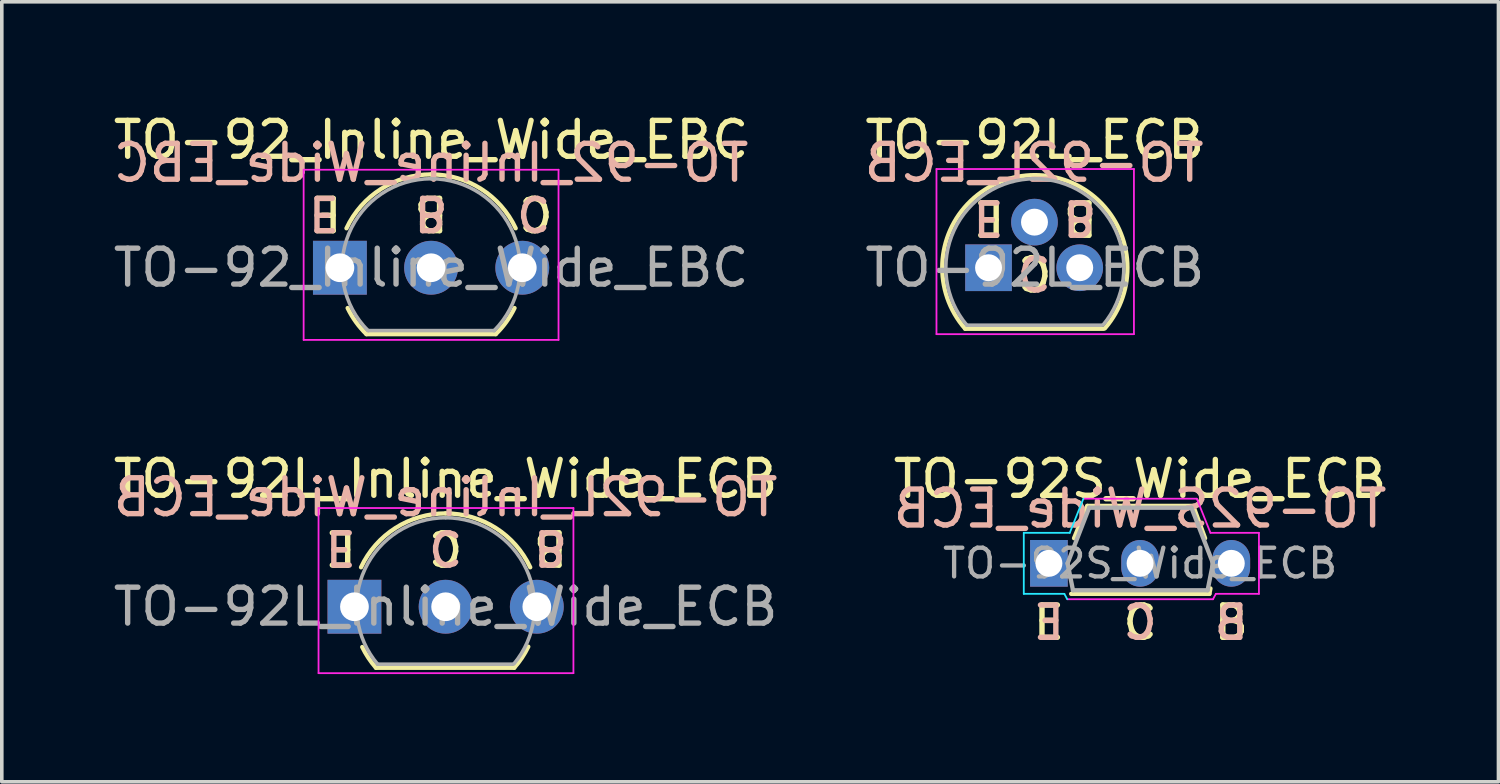
<source format=kicad_pcb>
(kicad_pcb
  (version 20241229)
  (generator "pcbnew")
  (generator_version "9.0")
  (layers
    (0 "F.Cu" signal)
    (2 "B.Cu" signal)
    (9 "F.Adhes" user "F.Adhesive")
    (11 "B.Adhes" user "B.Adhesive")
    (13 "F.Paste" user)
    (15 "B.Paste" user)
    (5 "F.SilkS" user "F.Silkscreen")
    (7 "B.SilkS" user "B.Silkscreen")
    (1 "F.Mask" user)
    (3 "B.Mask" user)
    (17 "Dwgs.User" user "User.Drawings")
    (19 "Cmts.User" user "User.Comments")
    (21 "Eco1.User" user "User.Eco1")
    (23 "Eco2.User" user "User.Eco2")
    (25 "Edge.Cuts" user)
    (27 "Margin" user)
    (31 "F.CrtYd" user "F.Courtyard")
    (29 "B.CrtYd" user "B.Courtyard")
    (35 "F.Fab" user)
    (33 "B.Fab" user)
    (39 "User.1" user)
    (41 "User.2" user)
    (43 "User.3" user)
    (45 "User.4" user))
  (footprint "TO-92L_Inline_Wide_ECB"
    (layer "F.Cu")
    (at 6.823 13.851)
    (property "Reference" "TO-92L_Inline_Wide_ECB" (at 2.54 -3.56 0) (layer "F.SilkS") (effects (font (size 1 1) (thickness 0.15))))
    (fp_line (start 0.6 1.7) (end 4.45 1.7) (stroke (width 0.12) (type solid)) (layer "F.SilkS"))
    (fp_arc (start 0.1836 -1.098807) (mid 1.143021 -2.192817) (end 2.54 -2.6) (stroke (width 0.12) (type solid)) (layer "F.SilkS"))
    (fp_arc (start 0.6 1.7) (mid 0.389183 1.423933) (end 0.217369 1.122045) (stroke (width 0.12) (type solid)) (layer "F.SilkS"))
    (fp_arc (start 2.54 -2.6) (mid 3.936979 -2.192818) (end 4.8964 -1.098807) (stroke (width 0.12) (type solid)) (layer "F.SilkS"))
    (fp_arc (start 4.842383 1.112264) (mid 4.666594 1.419753) (end 4.45 1.7) (stroke (width 0.12) (type solid)) (layer "F.SilkS"))
    (fp_line (start -1 -2.75) (end -1 1.85) (stroke (width 0.05) (type solid)) (layer "F.CrtYd"))
    (fp_line (start -1 -2.75) (end 6.1 -2.75) (stroke (width 0.05) (type solid)) (layer "F.CrtYd"))
    (fp_line (start 6.1 1.85) (end -1 1.85) (stroke (width 0.05) (type solid)) (layer "F.CrtYd"))
    (fp_line (start 6.1 1.85) (end 6.1 -2.75) (stroke (width 0.05) (type solid)) (layer "F.CrtYd"))
    (fp_line (start 0.65 1.6) (end 4.4 1.6) (stroke (width 0.1) (type solid)) (layer "F.Fab"))
    (fp_arc (start 0.647182 1.602385) (mid 0.290076 -1.043188) (end 2.54 -2.48) (stroke (width 0.1) (type solid)) (layer "F.Fab"))
    (fp_arc (start 2.54 -2.48) (mid 4.787211 -1.049019) (end 4.441103 1.592547) (stroke (width 0.1) (type solid)) (layer "F.Fab"))
    (fp_text user "B" (at 5.461 -1.651 180) (unlocked yes) (layer "F.SilkS") (effects (font (size 0.9 0.9) (thickness 0.15))))
    (fp_text user "E" (at -0.381 -1.651 180) (unlocked yes) (layer "F.SilkS") (effects (font (size 0.9 0.9) (thickness 0.15))))
    (fp_text user "C" (at 2.54 -1.651 180) (unlocked yes) (layer "F.SilkS") (effects (font (size 0.9 0.9) (thickness 0.15))))
    (fp_text user "${REFERENCE}" (at 2.54 -3.048 0) (layer "B.SilkS") (effects (font (size 1 1) (thickness 0.15)) (justify mirror)))
    (fp_text user "C" (at 2.54 -1.651 180) (unlocked yes) (layer "B.SilkS") (effects (font (size 0.9 0.9) (thickness 0.15)) (justify mirror)))
    (fp_text user "B" (at 5.461 -1.651 180) (unlocked yes) (layer "B.SilkS") (effects (font (size 0.9 0.9) (thickness 0.15)) (justify mirror)))
    (fp_text user "E" (at -0.381 -1.651 180) (unlocked yes) (layer "B.SilkS") (effects (font (size 0.9 0.9) (thickness 0.15)) (justify mirror)))
    (fp_text user "${REFERENCE}" (at 2.54 0 0) (layer "F.Fab") (effects (font (size 1 1) (thickness 0.15))))
    (pad "1" thru_hole rect (at 0 0 90) (size 1.5 1.5) (drill 0.8) (layers "*.Cu" "*.Mask"))
    (pad "2" thru_hole circle (at 2.54 0 90) (size 1.5 1.5) (drill 0.8) (layers "*.Cu" "*.Mask"))
    (pad "3" thru_hole circle (at 5.08 0 90) (size 1.5 1.5) (drill 0.8) (layers "*.Cu" "*.Mask")))
  (footprint "TO-92S_Wide_ECB"
    (layer "F.Cu")
    (at 26.168 12.642)
    (property "Reference" "TO-92S_Wide_ECB" (at 2.54 -2.35 0) (layer "F.SilkS") (effects (font (size 1 1) (thickness 0.15))))
    (fp_line (start 0.62 0.85) (end 4.47 0.85) (stroke (width 0.12) (type solid)) (layer "F.SilkS"))
    (fp_line (start 1.07 -1.6) (end 0.7 -0.7) (stroke (width 0.12) (type solid)) (layer "F.SilkS"))
    (fp_line (start 4.02 -1.6) (end 1.07 -1.6) (stroke (width 0.12) (type solid)) (layer "F.SilkS"))
    (fp_line (start 4.35 -0.7) (end 4.02 -1.6) (stroke (width 0.12) (type solid)) (layer "F.SilkS"))
    (fp_line (start 4.47 0.85) (end 4.5 0.7) (stroke (width 0.12) (type solid)) (layer "F.SilkS"))
    (fp_line (start -0.7 -0.85) (end -0.7 0.85) (stroke (width 0.05) (type solid)) (layer "B.CrtYd"))
    (fp_line (start -0.7 0.85) (end 0.43 0.85) (stroke (width 0.05) (type solid)) (layer "B.CrtYd"))
    (fp_line (start 0.51 1) (end 0.43 0.85) (stroke (width 0.05) (type solid)) (layer "B.CrtYd"))
    (fp_line (start 0.58 -0.85) (end -0.7 -0.85) (stroke (width 0.05) (type solid)) (layer "B.CrtYd"))
    (fp_line (start 0.58 -0.85) (end 0.96 -1.8) (stroke (width 0.05) (type solid)) (layer "B.CrtYd"))
    (fp_line (start 0.52 1) (end 4.57 1) (stroke (width 0.05) (type solid)) (layer "F.CrtYd"))
    (fp_line (start 4.12 -1.8) (end 0.97 -1.8) (stroke (width 0.05) (type solid)) (layer "F.CrtYd"))
    (fp_line (start 4.5 -0.85) (end 4.12 -1.8) (stroke (width 0.05) (type solid)) (layer "F.CrtYd"))
    (fp_line (start 4.5 -0.85) (end 5.85 -0.85) (stroke (width 0.05) (type solid)) (layer "F.CrtYd"))
    (fp_line (start 4.57 1) (end 4.65 0.85) (stroke (width 0.05) (type solid)) (layer "F.CrtYd"))
    (fp_line (start 5.85 -0.85) (end 5.85 0.85) (stroke (width 0.05) (type solid)) (layer "F.CrtYd"))
    (fp_line (start 5.85 0.85) (end 4.65 0.85) (stroke (width 0.05) (type solid)) (layer "F.CrtYd"))
    (fp_line (start 0.52 0) (end 1.12 -1.55) (stroke (width 0.12) (type solid)) (layer "F.Fab"))
    (fp_line (start 0.67 0.75) (end 0.52 0) (stroke (width 0.12) (type solid)) (layer "F.Fab"))
    (fp_line (start 0.67 0.75) (end 4.42 0.75) (stroke (width 0.12) (type solid)) (layer "F.Fab"))
    (fp_line (start 1.12 -1.55) (end 3.97 -1.55) (stroke (width 0.12) (type solid)) (layer "F.Fab"))
    (fp_line (start 4.42 0.75) (end 4.57 0) (stroke (width 0.12) (type solid)) (layer "F.Fab"))
    (fp_line (start 4.57 0) (end 3.97 -1.55) (stroke (width 0.12) (type solid)) (layer "F.Fab"))
    (fp_text user "B" (at 5.08 1.651 0) (unlocked yes) (layer "F.SilkS") (effects (font (size 0.9 0.9) (thickness 0.15))))
    (fp_text user "C" (at 2.54 1.651 0) (unlocked yes) (layer "F.SilkS") (effects (font (size 0.9 0.9) (thickness 0.15))))
    (fp_text user "E" (at 0 1.651 0) (unlocked yes) (layer "F.SilkS") (effects (font (size 0.9 0.9) (thickness 0.15))))
    (fp_text user "${REFERENCE}" (at 2.54 -1.524 0) (layer "B.SilkS") (effects (font (size 1 1) (thickness 0.15)) (justify mirror)))
    (fp_text user "E" (at 0 1.651 0) (unlocked yes) (layer "B.SilkS") (effects (font (size 0.9 0.9) (thickness 0.15)) (justify mirror)))
    (fp_text user "B" (at 5.08 1.651 0) (unlocked yes) (layer "B.SilkS") (effects (font (size 0.9 0.9) (thickness 0.15)) (justify mirror)))
    (fp_text user "C" (at 2.54 1.651 0) (unlocked yes) (layer "B.SilkS") (effects (font (size 0.9 0.9) (thickness 0.15)) (justify mirror)))
    (fp_text user "${REFERENCE}" (at 2.54 0 0) (layer "F.Fab") (effects (font (size 0.8 0.8) (thickness 0.12))))
    (pad "1" thru_hole rect (at 0 0 180) (size 1.05 1.3) (drill 0.75) (layers "*.Cu" "*.Mask"))
    (pad "2" thru_hole oval (at 2.54 0 180) (size 1.05 1.3) (drill 0.75) (layers "*.Cu" "*.Mask"))
    (pad "3" thru_hole oval (at 5.08 0 180) (size 1.05 1.3) (drill 0.75) (layers "*.Cu" "*.Mask")))
  (footprint "TO-92_Inline_Wide_EBC"
    (layer "F.Cu")
    (at 6.418 4.408)
    (property "Reference" "TO-92_Inline_Wide_EBC" (at 2.54 -3.56 0) (layer "F.SilkS") (effects (font (size 1 1) (thickness 0.15))))
    (fp_line (start 0.74 1.85) (end 4.34 1.85) (stroke (width 0.12) (type solid)) (layer "F.SilkS"))
    (fp_arc (start 0.1836 -1.098807) (mid 1.143021 -2.192817) (end 2.54 -2.6) (stroke (width 0.12) (type solid)) (layer "F.SilkS"))
    (fp_arc (start 0.74 1.85) (mid 0.446097 1.509328) (end 0.215816 1.122795) (stroke (width 0.12) (type solid)) (layer "F.SilkS"))
    (fp_arc (start 2.54 -2.6) (mid 3.936979 -2.192818) (end 4.8964 -1.098807) (stroke (width 0.12) (type solid)) (layer "F.SilkS"))
    (fp_arc (start 4.864184 1.122795) (mid 4.633903 1.509328) (end 4.34 1.85) (stroke (width 0.12) (type solid)) (layer "F.SilkS"))
    (fp_line (start -1.01 -2.73) (end -1.01 2.01) (stroke (width 0.05) (type solid)) (layer "F.CrtYd"))
    (fp_line (start -1.01 -2.73) (end 6.09 -2.73) (stroke (width 0.05) (type solid)) (layer "F.CrtYd"))
    (fp_line (start 6.09 2.01) (end -1.01 2.01) (stroke (width 0.05) (type solid)) (layer "F.CrtYd"))
    (fp_line (start 6.09 2.01) (end 6.09 -2.73) (stroke (width 0.05) (type solid)) (layer "F.CrtYd"))
    (fp_line (start 0.8 1.75) (end 4.3 1.75) (stroke (width 0.1) (type solid)) (layer "F.Fab"))
    (fp_arc (start 0.786375 1.753625) (mid 0.248779 -0.949055) (end 2.54 -2.48) (stroke (width 0.1) (type solid)) (layer "F.Fab"))
    (fp_arc (start 2.54 -2.48) (mid 4.831221 -0.949055) (end 4.293625 1.753625) (stroke (width 0.1) (type solid)) (layer "F.Fab"))
    (fp_text user "C" (at 5.461 -1.524 180) (unlocked yes) (layer "F.SilkS") (effects (font (size 0.9 0.9) (thickness 0.15))))
    (fp_text user "B" (at 2.54 -1.524 180) (unlocked yes) (layer "F.SilkS") (effects (font (size 0.9 0.9) (thickness 0.15))))
    (fp_text user "E" (at -0.381 -1.524 180) (unlocked yes) (layer "F.SilkS") (effects (font (size 0.9 0.9) (thickness 0.15))))
    (fp_text user "C" (at 5.397 -1.524 180) (unlocked yes) (layer "B.SilkS") (effects (font (size 0.9 0.9) (thickness 0.15)) (justify mirror)))
    (fp_text user "B" (at 2.54 -1.524 180) (unlocked yes) (layer "B.SilkS") (effects (font (size 0.9 0.9) (thickness 0.15)) (justify mirror)))
    (fp_text user "${REFERENCE}" (at 2.54 -2.921 0) (layer "B.SilkS") (effects (font (size 1 1) (thickness 0.15)) (justify mirror)))
    (fp_text user "E" (at -0.445 -1.524 180) (unlocked yes) (layer "B.SilkS") (effects (font (size 0.9 0.9) (thickness 0.15)) (justify mirror)))
    (fp_text user "${REFERENCE}" (at 2.54 0 0) (layer "F.Fab") (effects (font (size 1 1) (thickness 0.15))))
    (pad "1" thru_hole rect (at 0 0 90) (size 1.5 1.5) (drill 0.8) (layers "*.Cu" "*.Mask"))
    (pad "2" thru_hole circle (at 2.54 0 90) (size 1.5 1.5) (drill 0.8) (layers "*.Cu" "*.Mask"))
    (pad "3" thru_hole circle (at 5.08 0 90) (size 1.5 1.5) (drill 0.8) (layers "*.Cu" "*.Mask")))
  (footprint "TO-92L_ECB"
    (layer "F.Cu")
    (at 24.486 4.408)
    (property "Reference" "TO-92L_ECB" (at 1.29 -3.56 0) (layer "F.SilkS") (effects (font (size 1 1) (thickness 0.15))))
    (fp_line (start -0.65 1.7) (end 3.2 1.7) (stroke (width 0.12) (type solid)) (layer "F.SilkS"))
    (fp_arc (start -0.65 1.7) (mid 1.283448 -2.579449) (end 3.238611 1.690122) (stroke (width 0.12) (type solid)) (layer "F.SilkS"))
    (fp_line (start -1.45 -2.75) (end -1.45 1.85) (stroke (width 0.05) (type solid)) (layer "F.CrtYd"))
    (fp_line (start -1.45 -2.75) (end 4.05 -2.75) (stroke (width 0.05) (type solid)) (layer "F.CrtYd"))
    (fp_line (start 4.05 1.85) (end -1.45 1.85) (stroke (width 0.05) (type solid)) (layer "F.CrtYd"))
    (fp_line (start 4.05 1.85) (end 4.05 -2.75) (stroke (width 0.05) (type solid)) (layer "F.CrtYd"))
    (fp_line (start -0.6 1.6) (end 3.15 1.6) (stroke (width 0.1) (type solid)) (layer "F.Fab"))
    (fp_arc (start -0.602818 1.602385) (mid -0.959924 -1.043188) (end 1.29 -2.48) (stroke (width 0.1) (type solid)) (layer "F.Fab"))
    (fp_arc (start 1.29 -2.48) (mid 3.537211 -1.049019) (end 3.191103 1.592547) (stroke (width 0.1) (type solid)) (layer "F.Fab"))
    (fp_text user "B" (at 2.56 -1.397 180) (unlocked yes) (layer "F.SilkS") (effects (font (size 0.9 0.9) (thickness 0.15))))
    (fp_text user "C" (at 1.29 0.127 180) (unlocked yes) (layer "F.SilkS") (effects (font (size 0.9 0.9) (thickness 0.15))))
    (fp_text user "E" (at 0.02 -1.397 180) (unlocked yes) (layer "F.SilkS") (effects (font (size 0.9 0.9) (thickness 0.15))))
    (fp_text user "B" (at 2.54 -1.397 180) (unlocked yes) (layer "B.SilkS") (effects (font (size 0.9 0.9) (thickness 0.15)) (justify mirror)))
    (fp_text user "C" (at 1.27 0.127 180) (unlocked yes) (layer "B.SilkS") (effects (font (size 0.9 0.9) (thickness 0.15)) (justify mirror)))
    (fp_text user "${REFERENCE}" (at 1.27 -2.921 0) (layer "B.SilkS") (effects (font (size 1 1) (thickness 0.15)) (justify mirror)))
    (fp_text user "E" (at 0 -1.397 180) (unlocked yes) (layer "B.SilkS") (effects (font (size 0.9 0.9) (thickness 0.15)) (justify mirror)))
    (fp_text user "${REFERENCE}" (at 1.29 0 0) (layer "F.Fab") (effects (font (size 1 1) (thickness 0.15))))
    (pad "1" thru_hole rect (at 0 0 90) (size 1.3 1.3) (drill 0.75) (layers "*.Cu" "*.Mask"))
    (pad "2" thru_hole circle (at 1.28 -1.27 90) (size 1.3 1.3) (drill 0.75) (layers "*.Cu" "*.Mask"))
    (pad "3" thru_hole circle (at 2.54 0 90) (size 1.3 1.3) (drill 0.75) (layers "*.Cu" "*.Mask")))
  (gr_rect
    (start -3 -3)
    (end 38.69 18.727)
    (stroke (width 0.1) (type default))
    (fill no)
    (layer "Edge.Cuts")))
</source>
